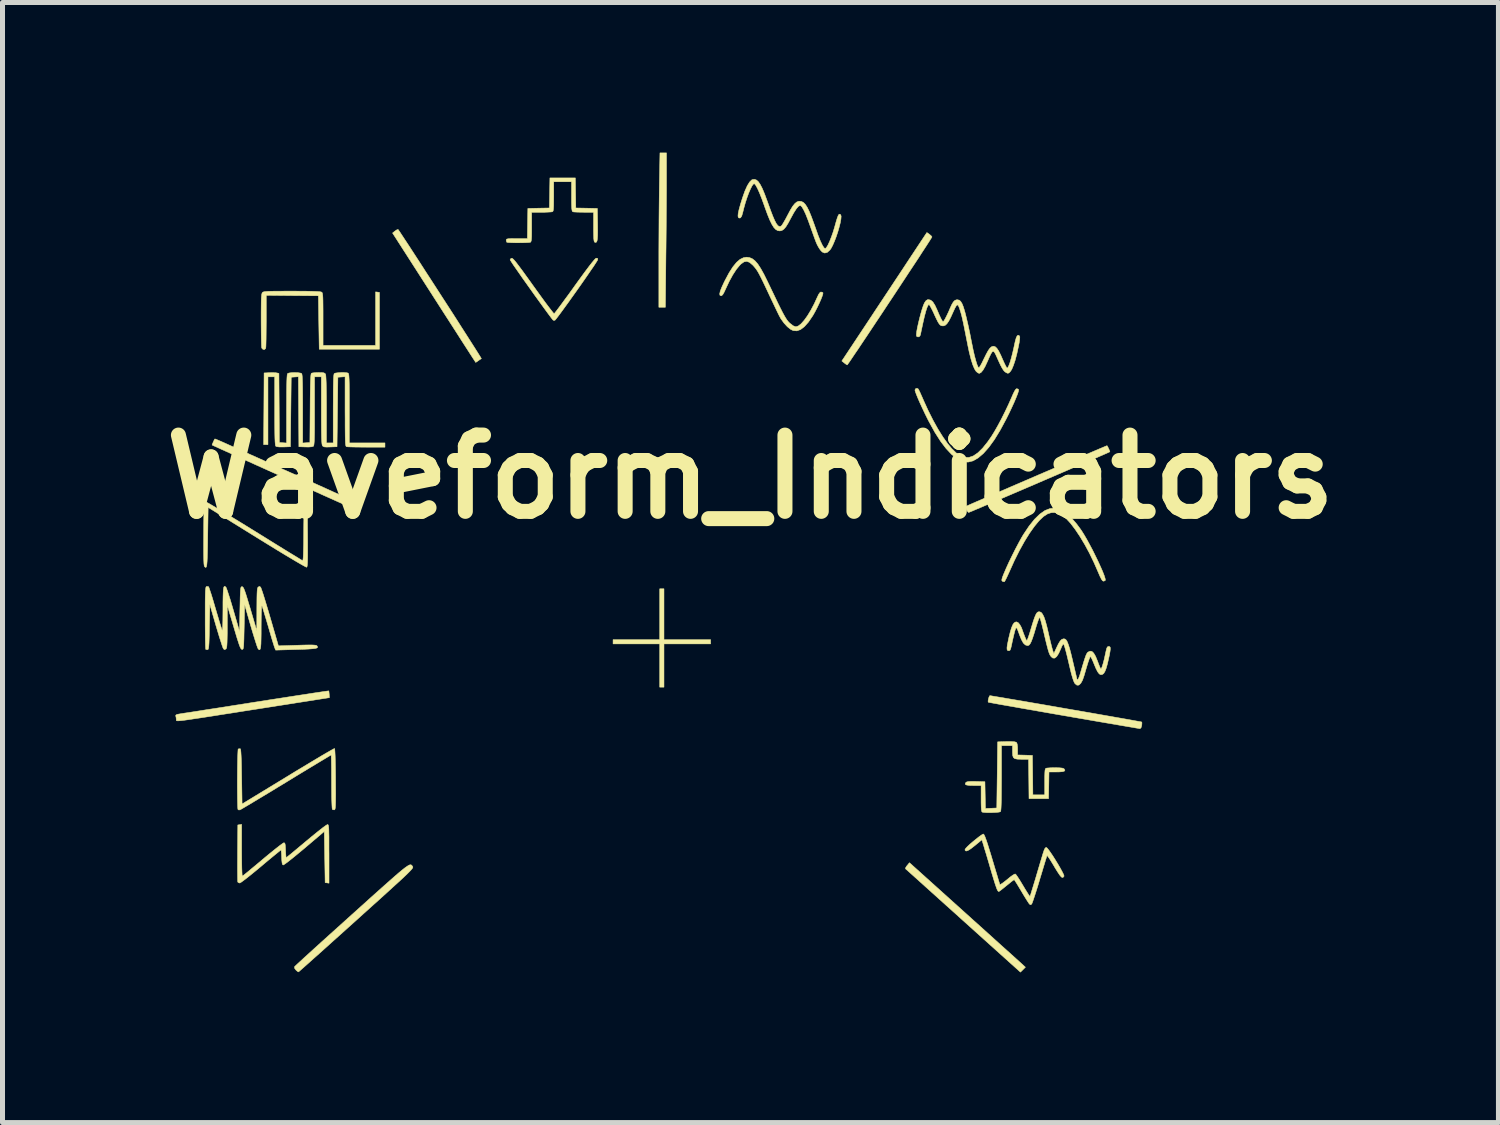
<source format=kicad_pcb>
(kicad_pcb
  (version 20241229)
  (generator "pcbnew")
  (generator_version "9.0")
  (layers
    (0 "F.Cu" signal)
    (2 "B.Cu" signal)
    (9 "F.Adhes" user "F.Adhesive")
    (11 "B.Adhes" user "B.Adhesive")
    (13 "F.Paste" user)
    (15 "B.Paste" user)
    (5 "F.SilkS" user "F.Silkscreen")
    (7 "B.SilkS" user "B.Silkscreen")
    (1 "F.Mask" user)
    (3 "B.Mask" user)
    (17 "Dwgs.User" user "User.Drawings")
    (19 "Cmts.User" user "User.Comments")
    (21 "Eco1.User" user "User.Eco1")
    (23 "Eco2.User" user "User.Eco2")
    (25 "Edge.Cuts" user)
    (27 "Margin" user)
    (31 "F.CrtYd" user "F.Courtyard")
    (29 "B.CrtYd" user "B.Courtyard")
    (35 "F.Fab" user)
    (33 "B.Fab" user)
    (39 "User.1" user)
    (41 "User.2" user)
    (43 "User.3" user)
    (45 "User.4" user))
  (footprint "Waveform_Indicators"
    (layer "F.Cu")
    (at 11.945 6.478)
    (property "Reference" "Waveform_Indicators" (at 0 0 0) (layer "F.SilkS") (effects (font (size 1.524 1.524) (thickness 0.3))))
    (attr through_hole)
    (fp_poly (pts (xy -1.728 3.253) (xy -0.796 3.253) (xy -0.796 3.338) (xy -1.728 3.338) (xy -1.728 4.202) (xy -1.813 4.202) (xy -1.813 3.338) (xy -2.745 3.338) (xy -2.745 3.253) (xy -1.813 3.253) (xy -1.813 2.237) (xy -1.728 2.237) (xy -1.728 3.253)) (stroke (width 0.01) (type solid)) (fill yes) (layer "F.SilkS"))
    (fp_poly (pts (xy -1.678 -5.986) (xy -1.678 -5.877) (xy -1.678 -5.739) (xy -1.679 -5.578) (xy -1.68 -5.397) (xy -1.682 -5.202) (xy -1.683 -4.998) (xy -1.685 -4.79) (xy -1.687 -4.583) (xy -1.689 -4.444) (xy -1.7 -3.389) (xy -1.83 -3.389) (xy -1.83 -4.308) (xy -1.83 -4.508) (xy -1.829 -4.72) (xy -1.828 -4.937) (xy -1.827 -5.152) (xy -1.825 -5.359) (xy -1.823 -5.551) (xy -1.821 -5.722) (xy -1.819 -5.85) (xy -1.808 -6.473) (xy -1.678 -6.473) (xy -1.678 -5.986)) (stroke (width 0.01) (type solid)) (fill yes) (layer "F.SilkS"))
    (fp_poly (pts (xy 4.262 8.686) (xy 4.427 8.835) (xy 4.586 8.978) (xy 4.737 9.114) (xy 4.878 9.241) (xy 5.007 9.358) (xy 5.123 9.462) (xy 5.222 9.551) (xy 5.304 9.625) (xy 5.366 9.681) (xy 5.406 9.717) (xy 5.42 9.73) (xy 5.494 9.798) (xy 5.395 9.897) (xy 4.252 8.869) (xy 4.085 8.718) (xy 3.924 8.574) (xy 3.773 8.438) (xy 3.632 8.311) (xy 3.504 8.196) (xy 3.39 8.093) (xy 3.292 8.005) (xy 3.212 7.933) (xy 3.152 7.879) (xy 3.113 7.845) (xy 3.098 7.831) (xy 3.098 7.831) (xy 3.1 7.812) (xy 3.12 7.779) (xy 3.132 7.765) (xy 3.177 7.71) (xy 4.262 8.686)) (stroke (width 0.01) (type solid)) (fill yes) (layer "F.SilkS"))
    (fp_poly (pts (xy 3.576 -4.846) (xy 3.609 -4.818) (xy 3.626 -4.796) (xy 3.626 -4.793) (xy 3.617 -4.777) (xy 3.591 -4.735) (xy 3.549 -4.669) (xy 3.493 -4.583) (xy 3.425 -4.479) (xy 3.347 -4.358) (xy 3.259 -4.225) (xy 3.163 -4.08) (xy 3.062 -3.926) (xy 2.957 -3.767) (xy 2.849 -3.603) (xy 2.74 -3.439) (xy 2.632 -3.275) (xy 2.525 -3.115) (xy 2.423 -2.961) (xy 2.326 -2.815) (xy 2.236 -2.681) (xy 2.155 -2.559) (xy 2.083 -2.454) (xy 2.024 -2.366) (xy 1.979 -2.299) (xy 1.948 -2.256) (xy 1.934 -2.237) (xy 1.934 -2.237) (xy 1.915 -2.246) (xy 1.882 -2.27) (xy 1.875 -2.276) (xy 1.826 -2.315) (xy 2.28 -3) (xy 2.39 -3.166) (xy 2.51 -3.348) (xy 2.636 -3.538) (xy 2.763 -3.73) (xy 2.887 -3.917) (xy 3.002 -4.091) (xy 3.105 -4.247) (xy 3.129 -4.284) (xy 3.525 -4.882) (xy 3.576 -4.846)) (stroke (width 0.01) (type solid)) (fill yes) (layer "F.SilkS"))
    (fp_poly (pts (xy -7.04 -4.942) (xy -7.03 -4.928) (xy -7.002 -4.887) (xy -6.96 -4.823) (xy -6.904 -4.738) (xy -6.836 -4.635) (xy -6.758 -4.515) (xy -6.671 -4.381) (xy -6.577 -4.236) (xy -6.478 -4.082) (xy -6.374 -3.922) (xy -6.268 -3.758) (xy -6.161 -3.592) (xy -6.054 -3.427) (xy -5.95 -3.266) (xy -5.85 -3.11) (xy -5.756 -2.962) (xy -5.668 -2.825) (xy -5.589 -2.701) (xy -5.52 -2.593) (xy -5.463 -2.503) (xy -5.419 -2.433) (xy -5.39 -2.386) (xy -5.377 -2.364) (xy -5.377 -2.363) (xy -5.391 -2.353) (xy -5.424 -2.331) (xy -5.434 -2.324) (xy -5.489 -2.286) (xy -5.548 -2.376) (xy -5.566 -2.404) (xy -5.601 -2.458) (xy -5.651 -2.536) (xy -5.715 -2.635) (xy -5.792 -2.755) (xy -5.879 -2.891) (xy -5.976 -3.042) (xy -6.081 -3.205) (xy -6.193 -3.379) (xy -6.309 -3.56) (xy -6.379 -3.669) (xy -7.151 -4.872) (xy -7.104 -4.91) (xy -7.069 -4.934) (xy -7.043 -4.943) (xy -7.04 -4.942)) (stroke (width 0.01) (type solid)) (fill yes) (layer "F.SilkS"))
    (fp_poly (pts (xy -8.422 4.295) (xy -8.418 4.335) (xy -8.417 4.347) (xy -8.413 4.412) (xy -9.845 4.637) (xy -10.115 4.679) (xy -10.353 4.717) (xy -10.561 4.749) (xy -10.743 4.778) (xy -10.898 4.802) (xy -11.03 4.822) (xy -11.139 4.838) (xy -11.23 4.852) (xy -11.302 4.862) (xy -11.358 4.869) (xy -11.401 4.873) (xy -11.431 4.875) (xy -11.452 4.875) (xy -11.464 4.873) (xy -11.47 4.87) (xy -11.472 4.865) (xy -11.472 4.859) (xy -11.472 4.853) (xy -11.476 4.809) (xy -11.482 4.785) (xy -11.484 4.767) (xy -11.475 4.755) (xy -11.449 4.745) (xy -11.399 4.736) (xy -11.35 4.728) (xy -11.312 4.722) (xy -11.242 4.712) (xy -11.145 4.697) (xy -11.023 4.678) (xy -10.879 4.655) (xy -10.715 4.63) (xy -10.534 4.602) (xy -10.34 4.571) (xy -10.135 4.539) (xy -9.921 4.505) (xy -9.82 4.49) (xy -9.608 4.456) (xy -9.405 4.425) (xy -9.214 4.395) (xy -9.039 4.368) (xy -8.88 4.344) (xy -8.741 4.322) (xy -8.625 4.305) (xy -8.532 4.291) (xy -8.468 4.282) (xy -8.432 4.277) (xy -8.426 4.277) (xy -8.422 4.295)) (stroke (width 0.01) (type solid)) (fill yes) (layer "F.SilkS"))
    (fp_poly (pts (xy 4.807 4.375) (xy 4.859 4.384) (xy 4.938 4.397) (xy 5.042 4.414) (xy 5.167 4.436) (xy 5.31 4.46) (xy 5.47 4.487) (xy 5.642 4.517) (xy 5.824 4.548) (xy 6.014 4.581) (xy 6.208 4.615) (xy 6.403 4.649) (xy 6.596 4.682) (xy 6.786 4.715) (xy 6.968 4.747) (xy 7.139 4.777) (xy 7.298 4.805) (xy 7.441 4.83) (xy 7.566 4.852) (xy 7.669 4.871) (xy 7.747 4.885) (xy 7.798 4.894) (xy 7.819 4.899) (xy 7.819 4.899) (xy 7.822 4.919) (xy 7.819 4.96) (xy 7.817 4.97) (xy 7.804 5.015) (xy 7.783 5.031) (xy 7.78 5.031) (xy 7.759 5.027) (xy 7.708 5.019) (xy 7.628 5.005) (xy 7.522 4.987) (xy 7.392 4.965) (xy 7.241 4.939) (xy 7.071 4.91) (xy 6.885 4.878) (xy 6.684 4.843) (xy 6.472 4.807) (xy 6.255 4.769) (xy 6.035 4.731) (xy 5.824 4.694) (xy 5.625 4.659) (xy 5.44 4.627) (xy 5.273 4.597) (xy 5.124 4.571) (xy 4.997 4.549) (xy 4.894 4.53) (xy 4.817 4.516) (xy 4.769 4.507) (xy 4.752 4.503) (xy 4.748 4.482) (xy 4.754 4.444) (xy 4.765 4.405) (xy 4.778 4.377) (xy 4.785 4.372) (xy 4.807 4.375)) (stroke (width 0.01) (type solid)) (fill yes) (layer "F.SilkS"))
    (fp_poly (pts (xy 7.139 -0.601) (xy 7.156 -0.566) (xy 7.173 -0.529) (xy 7.181 -0.504) (xy 7.182 -0.501) (xy 7.165 -0.493) (xy 7.119 -0.472) (xy 7.048 -0.441) (xy 6.954 -0.4) (xy 6.839 -0.35) (xy 6.707 -0.293) (xy 6.56 -0.23) (xy 6.4 -0.161) (xy 6.231 -0.088) (xy 6.055 -0.012) (xy 5.875 0.065) (xy 5.693 0.144) (xy 5.513 0.221) (xy 5.336 0.297) (xy 5.165 0.37) (xy 5.004 0.439) (xy 4.855 0.503) (xy 4.721 0.56) (xy 4.604 0.61) (xy 4.506 0.651) (xy 4.432 0.683) (xy 4.382 0.703) (xy 4.361 0.712) (xy 4.36 0.712) (xy 4.343 0.698) (xy 4.321 0.664) (xy 4.317 0.654) (xy 4.3 0.616) (xy 4.302 0.596) (xy 4.323 0.582) (xy 4.335 0.577) (xy 4.374 0.559) (xy 4.44 0.53) (xy 4.529 0.491) (xy 4.639 0.444) (xy 4.767 0.388) (xy 4.91 0.326) (xy 5.067 0.259) (xy 5.233 0.187) (xy 5.407 0.112) (xy 5.586 0.035) (xy 5.766 -0.043) (xy 5.946 -0.12) (xy 6.123 -0.196) (xy 6.294 -0.269) (xy 6.456 -0.339) (xy 6.607 -0.403) (xy 6.744 -0.462) (xy 6.864 -0.513) (xy 6.964 -0.556) (xy 7.043 -0.589) (xy 7.097 -0.612) (xy 7.123 -0.622) (xy 7.125 -0.623) (xy 7.139 -0.601)) (stroke (width 0.01) (type solid)) (fill yes) (layer "F.SilkS"))
    (fp_poly (pts (xy -10.685 -0.753) (xy -10.644 -0.736) (xy -10.581 -0.709) (xy -10.502 -0.674) (xy -10.411 -0.633) (xy -10.411 -0.633) (xy -10.347 -0.604) (xy -10.255 -0.563) (xy -10.139 -0.511) (xy -10.002 -0.449) (xy -9.847 -0.38) (xy -9.679 -0.304) (xy -9.499 -0.223) (xy -9.313 -0.139) (xy -9.122 -0.054) (xy -9.015 -0.006) (xy -8.833 0.076) (xy -8.66 0.154) (xy -8.498 0.227) (xy -8.351 0.294) (xy -8.22 0.353) (xy -8.108 0.404) (xy -8.017 0.445) (xy -7.951 0.475) (xy -7.911 0.494) (xy -7.899 0.5) (xy -7.9 0.519) (xy -7.911 0.553) (xy -7.927 0.59) (xy -7.942 0.615) (xy -7.945 0.617) (xy -7.967 0.616) (xy -8.004 0.603) (xy -8.007 0.602) (xy -8.034 0.59) (xy -8.089 0.566) (xy -8.169 0.53) (xy -8.27 0.485) (xy -8.39 0.431) (xy -8.527 0.37) (xy -8.677 0.302) (xy -8.839 0.23) (xy -9.008 0.153) (xy -9.184 0.074) (xy -9.362 -0.006) (xy -9.54 -0.086) (xy -9.716 -0.165) (xy -9.887 -0.242) (xy -10.051 -0.316) (xy -10.203 -0.385) (xy -10.343 -0.448) (xy -10.467 -0.504) (xy -10.572 -0.551) (xy -10.656 -0.59) (xy -10.717 -0.617) (xy -10.75 -0.633) (xy -10.757 -0.636) (xy -10.753 -0.651) (xy -10.739 -0.684) (xy -10.722 -0.722) (xy -10.706 -0.752) (xy -10.701 -0.758) (xy -10.685 -0.753)) (stroke (width 0.01) (type solid)) (fill yes) (layer "F.SilkS"))
    (fp_poly (pts (xy -6.779 7.754) (xy -6.768 7.762) (xy -6.759 7.773) (xy -6.75 7.788) (xy -6.749 7.789) (xy -6.746 7.796) (xy -6.747 7.805) (xy -6.752 7.817) (xy -6.764 7.834) (xy -6.784 7.857) (xy -6.813 7.888) (xy -6.853 7.928) (xy -6.906 7.979) (xy -6.972 8.041) (xy -7.054 8.116) (xy -7.153 8.206) (xy -7.27 8.313) (xy -7.407 8.437) (xy -7.565 8.579) (xy -7.746 8.742) (xy -7.872 8.856) (xy -8.04 9.007) (xy -8.2 9.151) (xy -8.352 9.287) (xy -8.493 9.414) (xy -8.621 9.529) (xy -8.736 9.631) (xy -8.834 9.719) (xy -8.914 9.79) (xy -8.975 9.844) (xy -9.014 9.878) (xy -9.03 9.892) (xy -9.03 9.892) (xy -9.048 9.884) (xy -9.078 9.858) (xy -9.083 9.853) (xy -9.11 9.816) (xy -9.109 9.789) (xy -9.107 9.785) (xy -9.092 9.771) (xy -9.054 9.735) (xy -8.994 9.68) (xy -8.915 9.607) (xy -8.817 9.518) (xy -8.704 9.415) (xy -8.576 9.299) (xy -8.435 9.172) (xy -8.284 9.036) (xy -8.124 8.892) (xy -7.957 8.741) (xy -7.761 8.565) (xy -7.588 8.409) (xy -7.437 8.274) (xy -7.307 8.158) (xy -7.195 8.059) (xy -7.101 7.976) (xy -7.023 7.909) (xy -6.958 7.855) (xy -6.906 7.814) (xy -6.865 7.785) (xy -6.834 7.765) (xy -6.81 7.754) (xy -6.792 7.751) (xy -6.779 7.754)) (stroke (width 0.01) (type solid)) (fill yes) (layer "F.SilkS"))
    (fp_poly (pts (xy -8.998 -3.71) (xy -8.855 -3.709) (xy -8.74 -3.706) (xy -8.653 -3.703) (xy -8.596 -3.698) (xy -8.573 -3.693) (xy -8.564 -3.687) (xy -8.556 -3.677) (xy -8.551 -3.658) (xy -8.547 -3.629) (xy -8.544 -3.584) (xy -8.542 -3.521) (xy -8.541 -3.435) (xy -8.54 -3.323) (xy -8.54 -3.182) (xy -8.54 -3.151) (xy -8.54 -2.626) (xy -7.49 -2.626) (xy -7.49 -3.696) (xy -7.451 -3.691) (xy -7.413 -3.685) (xy -7.413 -2.55) (xy -8.616 -2.55) (xy -8.625 -3.084) (xy -8.633 -3.618) (xy -9.154 -3.622) (xy -9.675 -3.627) (xy -9.675 -3.111) (xy -9.676 -2.981) (xy -9.677 -2.861) (xy -9.678 -2.756) (xy -9.68 -2.671) (xy -9.682 -2.608) (xy -9.685 -2.573) (xy -9.686 -2.568) (xy -9.708 -2.545) (xy -9.738 -2.546) (xy -9.762 -2.569) (xy -9.766 -2.58) (xy -9.769 -2.606) (xy -9.771 -2.661) (xy -9.773 -2.742) (xy -9.775 -2.842) (xy -9.776 -2.959) (xy -9.777 -3.087) (xy -9.777 -3.138) (xy -9.777 -3.287) (xy -9.776 -3.405) (xy -9.775 -3.497) (xy -9.773 -3.566) (xy -9.769 -3.616) (xy -9.765 -3.649) (xy -9.759 -3.67) (xy -9.752 -3.683) (xy -9.75 -3.684) (xy -9.739 -3.692) (xy -9.721 -3.698) (xy -9.69 -3.702) (xy -9.645 -3.706) (xy -9.582 -3.708) (xy -9.497 -3.71) (xy -9.386 -3.71) (xy -9.247 -3.711) (xy -9.165 -3.711) (xy -8.998 -3.71)) (stroke (width 0.01) (type solid)) (fill yes) (layer "F.SilkS"))
    (fp_poly (pts (xy 3.352 -1.757) (xy 3.365 -1.734) (xy 3.388 -1.687) (xy 3.417 -1.622) (xy 3.451 -1.545) (xy 3.456 -1.533) (xy 3.549 -1.329) (xy 3.647 -1.134) (xy 3.747 -0.954) (xy 3.847 -0.794) (xy 3.944 -0.658) (xy 4.019 -0.568) (xy 4.11 -0.479) (xy 4.198 -0.419) (xy 4.284 -0.389) (xy 4.369 -0.389) (xy 4.455 -0.419) (xy 4.544 -0.48) (xy 4.638 -0.572) (xy 4.738 -0.696) (xy 4.812 -0.802) (xy 4.873 -0.9) (xy 4.942 -1.021) (xy 5.015 -1.157) (xy 5.087 -1.301) (xy 5.155 -1.444) (xy 5.212 -1.572) (xy 5.25 -1.659) (xy 5.279 -1.717) (xy 5.302 -1.75) (xy 5.32 -1.762) (xy 5.322 -1.762) (xy 5.351 -1.752) (xy 5.359 -1.741) (xy 5.356 -1.714) (xy 5.339 -1.66) (xy 5.309 -1.585) (xy 5.27 -1.492) (xy 5.221 -1.385) (xy 5.166 -1.268) (xy 5.108 -1.152) (xy 4.99 -0.933) (xy 4.875 -0.745) (xy 4.763 -0.59) (xy 4.654 -0.467) (xy 4.548 -0.377) (xy 4.447 -0.319) (xy 4.349 -0.295) (xy 4.255 -0.304) (xy 4.234 -0.311) (xy 4.127 -0.365) (xy 4.019 -0.449) (xy 3.91 -0.565) (xy 3.799 -0.711) (xy 3.685 -0.89) (xy 3.568 -1.102) (xy 3.542 -1.152) (xy 3.489 -1.259) (xy 3.438 -1.367) (xy 3.391 -1.469) (xy 3.35 -1.562) (xy 3.318 -1.64) (xy 3.296 -1.699) (xy 3.287 -1.732) (xy 3.287 -1.734) (xy 3.3 -1.761) (xy 3.328 -1.769) (xy 3.352 -1.757)) (stroke (width 0.01) (type solid)) (fill yes) (layer "F.SilkS"))
    (fp_poly (pts (xy -3.056 -4.367) (xy -3.052 -4.342) (xy -3.053 -4.337) (xy -3.064 -4.316) (xy -3.092 -4.272) (xy -3.134 -4.207) (xy -3.19 -4.126) (xy -3.255 -4.031) (xy -3.327 -3.927) (xy -3.404 -3.817) (xy -3.484 -3.704) (xy -3.564 -3.592) (xy -3.641 -3.484) (xy -3.713 -3.385) (xy -3.777 -3.297) (xy -3.831 -3.224) (xy -3.873 -3.169) (xy -3.899 -3.137) (xy -3.907 -3.129) (xy -3.938 -3.129) (xy -3.943 -3.132) (xy -3.958 -3.149) (xy -3.99 -3.19) (xy -4.036 -3.252) (xy -4.094 -3.331) (xy -4.161 -3.423) (xy -4.235 -3.525) (xy -4.314 -3.634) (xy -4.394 -3.747) (xy -4.473 -3.858) (xy -4.55 -3.966) (xy -4.62 -4.067) (xy -4.683 -4.157) (xy -4.735 -4.232) (xy -4.773 -4.29) (xy -4.796 -4.326) (xy -4.802 -4.338) (xy -4.789 -4.36) (xy -4.77 -4.368) (xy -4.757 -4.364) (xy -4.738 -4.348) (xy -4.71 -4.318) (xy -4.672 -4.271) (xy -4.623 -4.206) (xy -4.559 -4.121) (xy -4.481 -4.013) (xy -4.385 -3.88) (xy -4.338 -3.814) (xy -4.251 -3.693) (xy -4.17 -3.581) (xy -4.097 -3.481) (xy -4.033 -3.396) (xy -3.982 -3.33) (xy -3.946 -3.284) (xy -3.926 -3.262) (xy -3.923 -3.26) (xy -3.91 -3.274) (xy -3.879 -3.313) (xy -3.833 -3.374) (xy -3.774 -3.453) (xy -3.704 -3.549) (xy -3.625 -3.656) (xy -3.54 -3.774) (xy -3.512 -3.814) (xy -3.397 -3.973) (xy -3.301 -4.104) (xy -3.223 -4.208) (xy -3.162 -4.286) (xy -3.118 -4.338) (xy -3.091 -4.365) (xy -3.082 -4.369) (xy -3.056 -4.367)) (stroke (width 0.01) (type solid)) (fill yes) (layer "F.SilkS"))
    (fp_poly (pts (xy 6.186 0.647) (xy 6.236 0.669) (xy 6.293 0.708) (xy 6.362 0.769) (xy 6.437 0.848) (xy 6.514 0.937) (xy 6.585 1.032) (xy 6.616 1.076) (xy 6.666 1.156) (xy 6.721 1.25) (xy 6.778 1.355) (xy 6.837 1.466) (xy 6.893 1.58) (xy 6.947 1.691) (xy 6.995 1.796) (xy 7.036 1.889) (xy 7.067 1.968) (xy 7.086 2.027) (xy 7.092 2.062) (xy 7.091 2.068) (xy 7.067 2.082) (xy 7.051 2.084) (xy 7.033 2.074) (xy 7.011 2.041) (xy 6.982 1.983) (xy 6.949 1.906) (xy 6.864 1.712) (xy 6.774 1.526) (xy 6.68 1.352) (xy 6.584 1.192) (xy 6.489 1.05) (xy 6.397 0.929) (xy 6.309 0.833) (xy 6.228 0.763) (xy 6.187 0.738) (xy 6.101 0.712) (xy 6.009 0.716) (xy 5.938 0.739) (xy 5.857 0.791) (xy 5.769 0.874) (xy 5.676 0.986) (xy 5.578 1.124) (xy 5.477 1.286) (xy 5.375 1.47) (xy 5.273 1.674) (xy 5.184 1.872) (xy 5.148 1.951) (xy 5.117 2.018) (xy 5.092 2.067) (xy 5.076 2.093) (xy 5.073 2.096) (xy 5.047 2.092) (xy 5.033 2.085) (xy 5.023 2.073) (xy 5.023 2.051) (xy 5.033 2.013) (xy 5.056 1.952) (xy 5.066 1.929) (xy 5.11 1.826) (xy 5.165 1.705) (xy 5.228 1.576) (xy 5.293 1.446) (xy 5.358 1.323) (xy 5.416 1.217) (xy 5.455 1.152) (xy 5.568 0.983) (xy 5.676 0.848) (xy 5.782 0.745) (xy 5.884 0.673) (xy 5.985 0.634) (xy 6.086 0.625) (xy 6.186 0.647)) (stroke (width 0.01) (type solid)) (fill yes) (layer "F.SilkS"))
    (fp_poly (pts (xy -3.49 -5.372) (xy -3.274 -5.368) (xy -3.059 -5.363) (xy -3.054 -5.043) (xy -3.053 -4.92) (xy -3.054 -4.826) (xy -3.058 -4.76) (xy -3.065 -4.716) (xy -3.076 -4.692) (xy -3.091 -4.684) (xy -3.111 -4.688) (xy -3.12 -4.697) (xy -3.126 -4.72) (xy -3.131 -4.761) (xy -3.133 -4.823) (xy -3.135 -4.913) (xy -3.135 -4.992) (xy -3.135 -5.287) (xy -3.328 -5.287) (xy -3.408 -5.288) (xy -3.477 -5.29) (xy -3.527 -5.293) (xy -3.549 -5.297) (xy -3.558 -5.305) (xy -3.565 -5.323) (xy -3.57 -5.356) (xy -3.573 -5.408) (xy -3.575 -5.485) (xy -3.575 -5.59) (xy -3.575 -5.602) (xy -3.575 -5.897) (xy -3.931 -5.897) (xy -3.931 -5.602) (xy -3.932 -5.494) (xy -3.933 -5.415) (xy -3.936 -5.36) (xy -3.94 -5.325) (xy -3.947 -5.306) (xy -3.957 -5.297) (xy -3.958 -5.297) (xy -3.985 -5.293) (xy -4.038 -5.29) (xy -4.109 -5.287) (xy -4.178 -5.287) (xy -4.372 -5.287) (xy -4.372 -4.992) (xy -4.372 -4.884) (xy -4.373 -4.805) (xy -4.376 -4.75) (xy -4.381 -4.715) (xy -4.388 -4.696) (xy -4.397 -4.687) (xy -4.399 -4.687) (xy -4.426 -4.683) (xy -4.478 -4.68) (xy -4.546 -4.678) (xy -4.623 -4.677) (xy -4.701 -4.677) (xy -4.772 -4.679) (xy -4.829 -4.682) (xy -4.863 -4.686) (xy -4.869 -4.688) (xy -4.878 -4.713) (xy -4.88 -4.73) (xy -4.877 -4.743) (xy -4.866 -4.752) (xy -4.84 -4.757) (xy -4.795 -4.76) (xy -4.724 -4.761) (xy -4.669 -4.761) (xy -4.457 -4.761) (xy -4.453 -5.062) (xy -4.448 -5.363) (xy -4.232 -5.368) (xy -4.017 -5.372) (xy -4.007 -5.973) (xy -3.499 -5.973) (xy -3.49 -5.372)) (stroke (width 0.01) (type solid)) (fill yes) (layer "F.SilkS"))
    (fp_poly (pts (xy 5.278 5.294) (xy 5.312 5.304) (xy 5.314 5.305) (xy 5.329 5.336) (xy 5.337 5.397) (xy 5.338 5.441) (xy 5.338 5.557) (xy 5.486 5.561) (xy 5.634 5.566) (xy 5.639 5.96) (xy 5.643 6.354) (xy 5.88 6.354) (xy 5.88 6.093) (xy 5.88 5.992) (xy 5.882 5.92) (xy 5.885 5.871) (xy 5.891 5.842) (xy 5.899 5.827) (xy 5.907 5.822) (xy 5.935 5.818) (xy 5.988 5.814) (xy 6.056 5.812) (xy 6.091 5.812) (xy 6.173 5.814) (xy 6.228 5.819) (xy 6.259 5.829) (xy 6.269 5.837) (xy 6.283 5.862) (xy 6.272 5.88) (xy 6.235 5.891) (xy 6.168 5.896) (xy 6.116 5.897) (xy 5.965 5.897) (xy 5.961 6.164) (xy 5.956 6.43) (xy 5.566 6.43) (xy 5.562 6.037) (xy 5.557 5.643) (xy 5.414 5.643) (xy 5.335 5.641) (xy 5.283 5.631) (xy 5.254 5.609) (xy 5.24 5.568) (xy 5.236 5.502) (xy 5.236 5.474) (xy 5.236 5.371) (xy 5.016 5.371) (xy 5.016 6.02) (xy 5.015 6.199) (xy 5.014 6.346) (xy 5.013 6.464) (xy 5.01 6.554) (xy 5.007 6.62) (xy 5.003 6.663) (xy 4.998 6.686) (xy 4.995 6.69) (xy 4.971 6.698) (xy 4.923 6.704) (xy 4.859 6.708) (xy 4.788 6.709) (xy 4.721 6.709) (xy 4.665 6.705) (xy 4.631 6.699) (xy 4.63 6.699) (xy 4.621 6.685) (xy 4.615 6.651) (xy 4.611 6.592) (xy 4.609 6.504) (xy 4.609 6.429) (xy 4.609 6.168) (xy 4.457 6.168) (xy 4.373 6.166) (xy 4.319 6.158) (xy 4.294 6.145) (xy 4.294 6.124) (xy 4.305 6.107) (xy 4.322 6.096) (xy 4.353 6.089) (xy 4.404 6.086) (xy 4.482 6.086) (xy 4.506 6.087) (xy 4.685 6.092) (xy 4.69 6.359) (xy 4.695 6.627) (xy 4.808 6.622) (xy 4.922 6.617) (xy 4.931 5.956) (xy 4.939 5.295) (xy 5.115 5.29) (xy 5.212 5.29) (xy 5.278 5.294)) (stroke (width 0.01) (type solid)) (fill yes) (layer "F.SilkS"))
    (fp_poly (pts (xy -8.306 5.446) (xy -8.302 5.498) (xy -8.298 5.58) (xy -8.295 5.693) (xy -8.292 5.835) (xy -8.29 6.005) (xy -8.29 6.038) (xy -8.289 6.199) (xy -8.288 6.328) (xy -8.289 6.431) (xy -8.29 6.509) (xy -8.292 6.566) (xy -8.295 6.606) (xy -8.299 6.632) (xy -8.304 6.646) (xy -8.311 6.653) (xy -8.313 6.654) (xy -8.344 6.651) (xy -8.355 6.641) (xy -8.359 6.618) (xy -8.362 6.566) (xy -8.365 6.489) (xy -8.368 6.391) (xy -8.369 6.276) (xy -8.37 6.149) (xy -8.37 6.087) (xy -8.371 5.957) (xy -8.371 5.839) (xy -8.373 5.736) (xy -8.374 5.653) (xy -8.376 5.593) (xy -8.377 5.562) (xy -8.378 5.558) (xy -8.394 5.566) (xy -8.436 5.591) (xy -8.502 5.631) (xy -8.589 5.683) (xy -8.695 5.747) (xy -8.818 5.821) (xy -8.955 5.904) (xy -9.103 5.994) (xy -9.26 6.09) (xy -9.281 6.103) (xy -9.44 6.199) (xy -9.59 6.291) (xy -9.73 6.375) (xy -9.857 6.451) (xy -9.967 6.518) (xy -10.06 6.573) (xy -10.131 6.615) (xy -10.179 6.643) (xy -10.2 6.654) (xy -10.201 6.654) (xy -10.231 6.654) (xy -10.239 6.649) (xy -10.243 6.629) (xy -10.246 6.58) (xy -10.248 6.507) (xy -10.25 6.415) (xy -10.251 6.308) (xy -10.252 6.19) (xy -10.252 6.067) (xy -10.251 5.943) (xy -10.25 5.823) (xy -10.248 5.712) (xy -10.246 5.613) (xy -10.243 5.532) (xy -10.24 5.473) (xy -10.237 5.441) (xy -10.235 5.437) (xy -10.202 5.433) (xy -10.196 5.432) (xy -10.19 5.439) (xy -10.185 5.463) (xy -10.181 5.506) (xy -10.177 5.572) (xy -10.173 5.662) (xy -10.17 5.78) (xy -10.168 5.928) (xy -10.167 5.984) (xy -10.158 6.537) (xy -9.243 5.98) (xy -9.083 5.882) (xy -8.931 5.791) (xy -8.79 5.706) (xy -8.663 5.63) (xy -8.551 5.563) (xy -8.458 5.509) (xy -8.385 5.467) (xy -8.336 5.44) (xy -8.313 5.428) (xy -8.311 5.428) (xy -8.306 5.446)) (stroke (width 0.01) (type solid)) (fill yes) (layer "F.SilkS"))
    (fp_poly (pts (xy -0.018 -4.381) (xy 0.037 -4.358) (xy 0.091 -4.316) (xy 0.147 -4.252) (xy 0.205 -4.163) (xy 0.269 -4.048) (xy 0.341 -3.903) (xy 0.342 -3.901) (xy 0.425 -3.728) (xy 0.495 -3.582) (xy 0.553 -3.461) (xy 0.602 -3.363) (xy 0.642 -3.284) (xy 0.676 -3.222) (xy 0.704 -3.174) (xy 0.728 -3.137) (xy 0.75 -3.108) (xy 0.771 -3.085) (xy 0.787 -3.07) (xy 0.852 -3.019) (xy 0.904 -2.999) (xy 0.91 -2.999) (xy 0.957 -3.015) (xy 1.013 -3.059) (xy 1.075 -3.129) (xy 1.141 -3.221) (xy 1.208 -3.332) (xy 1.275 -3.458) (xy 1.331 -3.58) (xy 1.364 -3.649) (xy 1.392 -3.686) (xy 1.409 -3.694) (xy 1.44 -3.685) (xy 1.449 -3.677) (xy 1.447 -3.653) (xy 1.432 -3.606) (xy 1.407 -3.542) (xy 1.373 -3.466) (xy 1.335 -3.386) (xy 1.294 -3.306) (xy 1.254 -3.235) (xy 1.243 -3.217) (xy 1.159 -3.093) (xy 1.078 -3.002) (xy 1.001 -2.943) (xy 0.927 -2.917) (xy 0.854 -2.923) (xy 0.805 -2.946) (xy 0.739 -2.998) (xy 0.671 -3.072) (xy 0.609 -3.158) (xy 0.582 -3.206) (xy 0.561 -3.247) (xy 0.529 -3.313) (xy 0.488 -3.399) (xy 0.441 -3.498) (xy 0.39 -3.605) (xy 0.363 -3.663) (xy 0.3 -3.797) (xy 0.249 -3.904) (xy 0.207 -3.988) (xy 0.173 -4.054) (xy 0.144 -4.105) (xy 0.117 -4.146) (xy 0.091 -4.18) (xy 0.063 -4.213) (xy 0.045 -4.232) (xy -0.017 -4.285) (xy -0.073 -4.306) (xy -0.128 -4.296) (xy -0.188 -4.254) (xy -0.213 -4.229) (xy -0.281 -4.147) (xy -0.352 -4.038) (xy -0.423 -3.909) (xy -0.49 -3.767) (xy -0.492 -3.762) (xy -0.526 -3.689) (xy -0.552 -3.643) (xy -0.574 -3.621) (xy -0.587 -3.618) (xy -0.609 -3.627) (xy -0.615 -3.656) (xy -0.604 -3.708) (xy -0.575 -3.783) (xy -0.529 -3.883) (xy -0.509 -3.923) (xy -0.428 -4.075) (xy -0.351 -4.195) (xy -0.278 -4.285) (xy -0.207 -4.346) (xy -0.136 -4.38) (xy -0.077 -4.389) (xy -0.018 -4.381)) (stroke (width 0.01) (type solid)) (fill yes) (layer "F.SilkS"))
    (fp_poly (pts (xy -10.875 0.503) (xy -10.83 0.527) (xy -10.761 0.567) (xy -10.671 0.62) (xy -10.562 0.685) (xy -10.436 0.76) (xy -10.297 0.845) (xy -10.146 0.937) (xy -9.986 1.036) (xy -9.919 1.077) (xy -9.756 1.178) (xy -9.602 1.274) (xy -9.458 1.363) (xy -9.327 1.444) (xy -9.212 1.515) (xy -9.114 1.574) (xy -9.037 1.621) (xy -8.984 1.654) (xy -8.955 1.671) (xy -8.951 1.673) (xy -8.945 1.668) (xy -8.94 1.647) (xy -8.936 1.607) (xy -8.933 1.545) (xy -8.931 1.459) (xy -8.928 1.347) (xy -8.927 1.204) (xy -8.926 1.09) (xy -8.925 0.934) (xy -8.923 0.807) (xy -8.922 0.708) (xy -8.92 0.633) (xy -8.917 0.579) (xy -8.914 0.541) (xy -8.91 0.518) (xy -8.904 0.506) (xy -8.896 0.501) (xy -8.887 0.5) (xy -8.887 0.5) (xy -8.879 0.501) (xy -8.872 0.505) (xy -8.866 0.517) (xy -8.862 0.539) (xy -8.858 0.574) (xy -8.856 0.626) (xy -8.854 0.698) (xy -8.852 0.792) (xy -8.851 0.912) (xy -8.85 1.061) (xy -8.849 1.148) (xy -8.848 1.318) (xy -8.848 1.456) (xy -8.848 1.566) (xy -8.849 1.652) (xy -8.851 1.715) (xy -8.854 1.759) (xy -8.858 1.787) (xy -8.864 1.802) (xy -8.868 1.806) (xy -8.886 1.799) (xy -8.93 1.775) (xy -8.999 1.736) (xy -9.088 1.684) (xy -9.197 1.619) (xy -9.323 1.544) (xy -9.463 1.459) (xy -9.614 1.366) (xy -9.775 1.267) (xy -9.864 1.212) (xy -10.836 0.61) (xy -10.845 1.206) (xy -10.847 1.371) (xy -10.85 1.506) (xy -10.853 1.611) (xy -10.857 1.692) (xy -10.862 1.749) (xy -10.868 1.786) (xy -10.876 1.805) (xy -10.886 1.81) (xy -10.898 1.803) (xy -10.91 1.79) (xy -10.915 1.773) (xy -10.92 1.735) (xy -10.923 1.673) (xy -10.925 1.586) (xy -10.926 1.472) (xy -10.926 1.328) (xy -10.925 1.152) (xy -10.925 1.134) (xy -10.924 0.969) (xy -10.923 0.835) (xy -10.921 0.729) (xy -10.919 0.648) (xy -10.916 0.587) (xy -10.913 0.545) (xy -10.908 0.518) (xy -10.903 0.503) (xy -10.896 0.496) (xy -10.894 0.495) (xy -10.875 0.503)) (stroke (width 0.01) (type solid)) (fill yes) (layer "F.SilkS"))
    (fp_poly (pts (xy -10.167 7.464) (xy -10.166 7.6) (xy -10.165 7.721) (xy -10.163 7.822) (xy -10.16 7.901) (xy -10.157 7.954) (xy -10.153 7.977) (xy -10.152 7.978) (xy -10.135 7.966) (xy -10.096 7.935) (xy -10.038 7.888) (xy -9.964 7.826) (xy -9.877 7.754) (xy -9.781 7.674) (xy -9.744 7.642) (xy -9.644 7.559) (xy -9.552 7.484) (xy -9.471 7.419) (xy -9.404 7.367) (xy -9.355 7.331) (xy -9.327 7.313) (xy -9.322 7.312) (xy -9.308 7.316) (xy -9.299 7.335) (xy -9.294 7.374) (xy -9.29 7.438) (xy -9.289 7.46) (xy -9.286 7.526) (xy -9.282 7.577) (xy -9.278 7.605) (xy -9.276 7.608) (xy -9.261 7.598) (xy -9.224 7.568) (xy -9.167 7.522) (xy -9.095 7.462) (xy -9.009 7.39) (xy -8.913 7.31) (xy -8.875 7.278) (xy -8.775 7.195) (xy -8.683 7.12) (xy -8.602 7.055) (xy -8.535 7.003) (xy -8.485 6.967) (xy -8.456 6.949) (xy -8.452 6.947) (xy -8.444 6.949) (xy -8.437 6.956) (xy -8.432 6.972) (xy -8.428 7.001) (xy -8.425 7.045) (xy -8.424 7.107) (xy -8.422 7.192) (xy -8.422 7.302) (xy -8.422 7.441) (xy -8.421 7.533) (xy -8.421 8.119) (xy -8.46 8.113) (xy -8.498 8.108) (xy -8.515 7.085) (xy -8.913 7.423) (xy -9.013 7.506) (xy -9.105 7.582) (xy -9.186 7.647) (xy -9.253 7.7) (xy -9.303 7.736) (xy -9.331 7.754) (xy -9.336 7.756) (xy -9.35 7.746) (xy -9.358 7.719) (xy -9.364 7.668) (xy -9.367 7.604) (xy -9.37 7.538) (xy -9.374 7.487) (xy -9.379 7.459) (xy -9.38 7.456) (xy -9.395 7.466) (xy -9.432 7.496) (xy -9.489 7.542) (xy -9.562 7.602) (xy -9.648 7.673) (xy -9.743 7.753) (xy -9.782 7.786) (xy -9.882 7.869) (xy -9.974 7.944) (xy -10.055 8.009) (xy -10.123 8.061) (xy -10.172 8.097) (xy -10.201 8.115) (xy -10.205 8.116) (xy -10.235 8.106) (xy -10.244 8.095) (xy -10.246 8.074) (xy -10.247 8.022) (xy -10.248 7.945) (xy -10.249 7.847) (xy -10.249 7.732) (xy -10.248 7.603) (xy -10.248 7.515) (xy -10.243 6.956) (xy -10.205 6.95) (xy -10.167 6.945) (xy -10.167 7.464)) (stroke (width 0.01) (type solid)) (fill yes) (layer "F.SilkS"))
    (fp_poly (pts (xy 0.121 -5.93) (xy 0.158 -5.897) (xy 0.195 -5.842) (xy 0.236 -5.763) (xy 0.281 -5.656) (xy 0.331 -5.521) (xy 0.348 -5.475) (xy 0.401 -5.328) (xy 0.446 -5.211) (xy 0.484 -5.123) (xy 0.517 -5.06) (xy 0.547 -5.021) (xy 0.573 -5.003) (xy 0.599 -5.003) (xy 0.618 -5.015) (xy 0.636 -5.038) (xy 0.665 -5.086) (xy 0.701 -5.149) (xy 0.739 -5.221) (xy 0.796 -5.328) (xy 0.844 -5.407) (xy 0.887 -5.46) (xy 0.926 -5.492) (xy 0.965 -5.506) (xy 0.982 -5.507) (xy 1.022 -5.501) (xy 1.06 -5.481) (xy 1.096 -5.444) (xy 1.133 -5.387) (xy 1.173 -5.307) (xy 1.216 -5.202) (xy 1.265 -5.069) (xy 1.297 -4.98) (xy 1.35 -4.83) (xy 1.396 -4.714) (xy 1.436 -4.63) (xy 1.468 -4.579) (xy 1.492 -4.561) (xy 1.497 -4.562) (xy 1.519 -4.583) (xy 1.548 -4.631) (xy 1.581 -4.702) (xy 1.616 -4.79) (xy 1.651 -4.889) (xy 1.683 -4.994) (xy 1.686 -5.006) (xy 1.714 -5.106) (xy 1.736 -5.177) (xy 1.754 -5.222) (xy 1.769 -5.245) (xy 1.784 -5.249) (xy 1.801 -5.238) (xy 1.804 -5.235) (xy 1.812 -5.206) (xy 1.808 -5.151) (xy 1.795 -5.077) (xy 1.773 -4.99) (xy 1.746 -4.896) (xy 1.714 -4.8) (xy 1.679 -4.709) (xy 1.644 -4.628) (xy 1.61 -4.564) (xy 1.587 -4.532) (xy 1.535 -4.485) (xy 1.484 -4.472) (xy 1.434 -4.493) (xy 1.401 -4.528) (xy 1.376 -4.563) (xy 1.355 -4.598) (xy 1.333 -4.639) (xy 1.31 -4.692) (xy 1.284 -4.761) (xy 1.251 -4.852) (xy 1.209 -4.969) (xy 1.206 -4.978) (xy 1.151 -5.13) (xy 1.104 -5.249) (xy 1.063 -5.336) (xy 1.029 -5.393) (xy 1.002 -5.42) (xy 0.992 -5.422) (xy 0.959 -5.406) (xy 0.917 -5.357) (xy 0.865 -5.276) (xy 0.805 -5.166) (xy 0.752 -5.067) (xy 0.707 -4.995) (xy 0.667 -4.949) (xy 0.629 -4.923) (xy 0.59 -4.914) (xy 0.585 -4.914) (xy 0.543 -4.921) (xy 0.504 -4.944) (xy 0.466 -4.985) (xy 0.427 -5.048) (xy 0.385 -5.134) (xy 0.339 -5.247) (xy 0.287 -5.39) (xy 0.273 -5.431) (xy 0.224 -5.565) (xy 0.18 -5.676) (xy 0.14 -5.764) (xy 0.107 -5.824) (xy 0.081 -5.855) (xy 0.075 -5.858) (xy 0.055 -5.847) (xy 0.029 -5.809) (xy -0.002 -5.747) (xy -0.036 -5.668) (xy -0.07 -5.575) (xy -0.103 -5.474) (xy -0.132 -5.369) (xy -0.154 -5.281) (xy -0.174 -5.212) (xy -0.199 -5.175) (xy -0.226 -5.171) (xy -0.241 -5.182) (xy -0.249 -5.209) (xy -0.245 -5.262) (xy -0.228 -5.341) (xy -0.198 -5.45) (xy -0.159 -5.575) (xy -0.111 -5.71) (xy -0.064 -5.815) (xy -0.018 -5.89) (xy 0.025 -5.933) (xy 0.045 -5.941) (xy 0.084 -5.944) (xy 0.121 -5.93)) (stroke (width 0.01) (type solid)) (fill yes) (layer "F.SilkS"))
    (fp_poly (pts (xy 4.667 7.15) (xy 4.684 7.185) (xy 4.707 7.246) (xy 4.737 7.334) (xy 4.773 7.45) (xy 4.818 7.596) (xy 4.829 7.634) (xy 4.866 7.757) (xy 4.9 7.871) (xy 4.93 7.97) (xy 4.954 8.051) (xy 4.972 8.109) (xy 4.981 8.141) (xy 4.983 8.145) (xy 4.998 8.143) (xy 5.033 8.121) (xy 5.084 8.083) (xy 5.13 8.046) (xy 5.189 7.997) (xy 5.24 7.96) (xy 5.277 7.939) (xy 5.292 7.935) (xy 5.309 7.952) (xy 5.338 7.993) (xy 5.377 8.053) (xy 5.422 8.127) (xy 5.446 8.167) (xy 5.492 8.244) (xy 5.532 8.308) (xy 5.562 8.355) (xy 5.581 8.38) (xy 5.585 8.383) (xy 5.589 8.373) (xy 5.599 8.346) (xy 5.613 8.299) (xy 5.634 8.231) (xy 5.662 8.14) (xy 5.697 8.025) (xy 5.739 7.882) (xy 5.79 7.71) (xy 5.845 7.528) (xy 5.867 7.461) (xy 5.885 7.423) (xy 5.903 7.406) (xy 5.912 7.405) (xy 5.93 7.419) (xy 5.961 7.457) (xy 6.001 7.514) (xy 6.048 7.584) (xy 6.097 7.662) (xy 6.146 7.742) (xy 6.19 7.818) (xy 6.227 7.886) (xy 6.254 7.94) (xy 6.266 7.973) (xy 6.266 7.979) (xy 6.247 8.002) (xy 6.23 8.006) (xy 6.21 7.993) (xy 6.177 7.954) (xy 6.132 7.886) (xy 6.073 7.79) (xy 6.068 7.78) (xy 6.022 7.704) (xy 5.982 7.64) (xy 5.95 7.594) (xy 5.931 7.57) (xy 5.926 7.568) (xy 5.919 7.588) (xy 5.904 7.635) (xy 5.882 7.707) (xy 5.854 7.799) (xy 5.822 7.906) (xy 5.786 8.024) (xy 5.779 8.049) (xy 5.743 8.169) (xy 5.708 8.28) (xy 5.677 8.376) (xy 5.651 8.454) (xy 5.632 8.508) (xy 5.62 8.535) (xy 5.619 8.537) (xy 5.596 8.551) (xy 5.574 8.536) (xy 5.573 8.535) (xy 5.557 8.512) (xy 5.527 8.466) (xy 5.487 8.402) (xy 5.441 8.326) (xy 5.414 8.28) (xy 5.367 8.202) (xy 5.326 8.134) (xy 5.294 8.084) (xy 5.274 8.054) (xy 5.269 8.049) (xy 5.254 8.059) (xy 5.217 8.086) (xy 5.167 8.127) (xy 5.117 8.167) (xy 5.058 8.215) (xy 5.009 8.254) (xy 4.975 8.279) (xy 4.963 8.286) (xy 4.952 8.282) (xy 4.94 8.267) (xy 4.926 8.239) (xy 4.909 8.193) (xy 4.886 8.126) (xy 4.858 8.035) (xy 4.822 7.916) (xy 4.804 7.854) (xy 4.77 7.737) (xy 4.737 7.625) (xy 4.707 7.524) (xy 4.681 7.44) (xy 4.663 7.378) (xy 4.657 7.358) (xy 4.624 7.252) (xy 4.481 7.37) (xy 4.403 7.431) (xy 4.346 7.466) (xy 4.309 7.477) (xy 4.29 7.465) (xy 4.287 7.446) (xy 4.3 7.426) (xy 4.333 7.39) (xy 4.382 7.344) (xy 4.44 7.294) (xy 4.502 7.243) (xy 4.56 7.197) (xy 4.61 7.161) (xy 4.644 7.14) (xy 4.656 7.137) (xy 4.667 7.15)) (stroke (width 0.01) (type solid)) (fill yes) (layer "F.SilkS"))
    (fp_poly (pts (xy -9.039 -2.081) (xy -8.989 -2.073) (xy -8.967 -2.064) (xy -8.962 -2.049) (xy -8.957 -2.015) (xy -8.954 -1.96) (xy -8.951 -1.881) (xy -8.949 -1.776) (xy -8.948 -1.644) (xy -8.947 -1.481) (xy -8.947 -1.36) (xy -8.947 -0.676) (xy -8.875 -0.681) (xy -8.803 -0.686) (xy -8.798 -1.372) (xy -8.797 -1.552) (xy -8.795 -1.702) (xy -8.793 -1.822) (xy -8.79 -1.915) (xy -8.787 -1.985) (xy -8.783 -2.032) (xy -8.778 -2.06) (xy -8.773 -2.07) (xy -8.746 -2.077) (xy -8.696 -2.082) (xy -8.634 -2.084) (xy -8.63 -2.084) (xy -8.564 -2.083) (xy -8.524 -2.078) (xy -8.501 -2.066) (xy -8.49 -2.051) (xy -8.485 -2.025) (xy -8.481 -1.966) (xy -8.477 -1.875) (xy -8.475 -1.754) (xy -8.473 -1.604) (xy -8.472 -1.427) (xy -8.472 -1.348) (xy -8.472 -0.678) (xy -8.337 -0.678) (xy -8.337 -1.361) (xy -8.336 -1.544) (xy -8.336 -1.696) (xy -8.334 -1.818) (xy -8.332 -1.913) (xy -8.329 -1.983) (xy -8.325 -2.03) (xy -8.32 -2.057) (xy -8.316 -2.064) (xy -8.29 -2.074) (xy -8.241 -2.08) (xy -8.18 -2.084) (xy -8.118 -2.084) (xy -8.067 -2.08) (xy -8.042 -2.074) (xy -8.035 -2.068) (xy -8.029 -2.056) (xy -8.025 -2.032) (xy -8.022 -1.996) (xy -8.019 -1.943) (xy -8.017 -1.87) (xy -8.016 -1.775) (xy -8.015 -1.655) (xy -8.015 -1.506) (xy -8.015 -1.371) (xy -8.015 -0.678) (xy -7.303 -0.678) (xy -7.303 -0.593) (xy -7.675 -0.593) (xy -7.785 -0.594) (xy -7.884 -0.595) (xy -7.968 -0.597) (xy -8.031 -0.599) (xy -8.067 -0.602) (xy -8.073 -0.603) (xy -8.079 -0.609) (xy -8.085 -0.622) (xy -8.089 -0.645) (xy -8.093 -0.681) (xy -8.095 -0.734) (xy -8.097 -0.807) (xy -8.098 -0.902) (xy -8.099 -1.022) (xy -8.099 -1.171) (xy -8.1 -1.308) (xy -8.1 -2.001) (xy -8.172 -1.996) (xy -8.244 -1.991) (xy -8.252 -1.296) (xy -8.261 -0.602) (xy -8.396 -0.597) (xy -8.466 -0.595) (xy -8.511 -0.598) (xy -8.537 -0.607) (xy -8.552 -0.621) (xy -8.558 -0.637) (xy -8.563 -0.668) (xy -8.567 -0.718) (xy -8.57 -0.789) (xy -8.572 -0.884) (xy -8.573 -1.005) (xy -8.574 -1.155) (xy -8.574 -1.325) (xy -8.574 -1.999) (xy -8.71 -1.999) (xy -8.71 -1.315) (xy -8.71 -1.14) (xy -8.71 -0.997) (xy -8.711 -0.881) (xy -8.713 -0.79) (xy -8.715 -0.721) (xy -8.719 -0.672) (xy -8.723 -0.639) (xy -8.728 -0.62) (xy -8.733 -0.611) (xy -8.765 -0.601) (xy -8.826 -0.596) (xy -8.89 -0.597) (xy -9.023 -0.602) (xy -9.032 -2.001) (xy -9.176 -1.991) (xy -9.184 -1.296) (xy -9.192 -0.602) (xy -9.328 -0.597) (xy -9.414 -0.597) (xy -9.467 -0.604) (xy -9.485 -0.613) (xy -9.491 -0.627) (xy -9.495 -0.657) (xy -9.499 -0.708) (xy -9.502 -0.78) (xy -9.504 -0.877) (xy -9.505 -1.001) (xy -9.506 -1.154) (xy -9.506 -1.317) (xy -9.506 -1.999) (xy -9.641 -1.999) (xy -9.641 -0.644) (xy -9.727 -0.644) (xy -9.722 -1.36) (xy -9.718 -2.076) (xy -9.608 -2.081) (xy -9.544 -2.082) (xy -9.489 -2.08) (xy -9.46 -2.076) (xy -9.422 -2.067) (xy -9.417 -1.376) (xy -9.413 -0.686) (xy -9.341 -0.681) (xy -9.269 -0.676) (xy -9.269 -1.36) (xy -9.268 -1.543) (xy -9.268 -1.695) (xy -9.266 -1.817) (xy -9.264 -1.912) (xy -9.261 -1.982) (xy -9.257 -2.03) (xy -9.252 -2.057) (xy -9.248 -2.064) (xy -9.22 -2.075) (xy -9.167 -2.082) (xy -9.108 -2.084) (xy -9.039 -2.081)) (stroke (width 0.01) (type solid)) (fill yes) (layer "F.SilkS"))
    (fp_poly (pts (xy 3.603 -3.53) (xy 3.645 -3.494) (xy 3.686 -3.429) (xy 3.725 -3.346) (xy 3.77 -3.241) (xy 3.805 -3.166) (xy 3.83 -3.12) (xy 3.847 -3.102) (xy 3.849 -3.101) (xy 3.865 -3.116) (xy 3.89 -3.157) (xy 3.922 -3.22) (xy 3.959 -3.298) (xy 3.983 -3.355) (xy 4.021 -3.439) (xy 4.054 -3.495) (xy 4.085 -3.526) (xy 4.119 -3.538) (xy 4.139 -3.538) (xy 4.175 -3.529) (xy 4.202 -3.504) (xy 4.23 -3.457) (xy 4.253 -3.399) (xy 4.281 -3.31) (xy 4.311 -3.192) (xy 4.345 -3.048) (xy 4.381 -2.881) (xy 4.418 -2.692) (xy 4.422 -2.673) (xy 4.449 -2.54) (xy 4.476 -2.421) (xy 4.503 -2.321) (xy 4.527 -2.244) (xy 4.549 -2.194) (xy 4.559 -2.179) (xy 4.572 -2.187) (xy 4.596 -2.222) (xy 4.628 -2.281) (xy 4.66 -2.348) (xy 4.71 -2.449) (xy 4.75 -2.522) (xy 4.785 -2.571) (xy 4.817 -2.599) (xy 4.849 -2.609) (xy 4.857 -2.609) (xy 4.89 -2.6) (xy 4.923 -2.57) (xy 4.959 -2.516) (xy 5 -2.435) (xy 5.04 -2.344) (xy 5.071 -2.275) (xy 5.098 -2.22) (xy 5.119 -2.183) (xy 5.129 -2.173) (xy 5.144 -2.185) (xy 5.164 -2.226) (xy 5.188 -2.291) (xy 5.213 -2.377) (xy 5.239 -2.478) (xy 5.265 -2.591) (xy 5.272 -2.625) (xy 5.293 -2.72) (xy 5.312 -2.784) (xy 5.331 -2.82) (xy 5.352 -2.83) (xy 5.374 -2.817) (xy 5.375 -2.816) (xy 5.382 -2.795) (xy 5.38 -2.752) (xy 5.37 -2.682) (xy 5.355 -2.606) (xy 5.323 -2.458) (xy 5.289 -2.329) (xy 5.254 -2.225) (xy 5.221 -2.147) (xy 5.194 -2.106) (xy 5.165 -2.076) (xy 5.142 -2.069) (xy 5.112 -2.081) (xy 5.106 -2.085) (xy 5.081 -2.102) (xy 5.056 -2.13) (xy 5.029 -2.172) (xy 4.996 -2.234) (xy 4.956 -2.32) (xy 4.922 -2.396) (xy 4.894 -2.457) (xy 4.871 -2.495) (xy 4.85 -2.509) (xy 4.829 -2.495) (xy 4.803 -2.455) (xy 4.77 -2.385) (xy 4.741 -2.318) (xy 4.69 -2.208) (xy 4.646 -2.131) (xy 4.606 -2.084) (xy 4.572 -2.067) (xy 4.57 -2.067) (xy 4.543 -2.079) (xy 4.51 -2.106) (xy 4.509 -2.107) (xy 4.476 -2.159) (xy 4.441 -2.242) (xy 4.406 -2.355) (xy 4.371 -2.494) (xy 4.346 -2.613) (xy 4.315 -2.769) (xy 4.29 -2.895) (xy 4.27 -2.997) (xy 4.253 -3.078) (xy 4.239 -3.142) (xy 4.227 -3.194) (xy 4.216 -3.238) (xy 4.205 -3.277) (xy 4.202 -3.288) (xy 4.176 -3.37) (xy 4.155 -3.419) (xy 4.136 -3.437) (xy 4.115 -3.422) (xy 4.088 -3.376) (xy 4.052 -3.298) (xy 4.05 -3.294) (xy 4.002 -3.188) (xy 3.961 -3.11) (xy 3.925 -3.059) (xy 3.891 -3.028) (xy 3.857 -3.017) (xy 3.848 -3.016) (xy 3.82 -3.019) (xy 3.796 -3.029) (xy 3.774 -3.052) (xy 3.748 -3.092) (xy 3.717 -3.153) (xy 3.676 -3.24) (xy 3.669 -3.257) (xy 3.635 -3.329) (xy 3.604 -3.388) (xy 3.581 -3.428) (xy 3.567 -3.444) (xy 3.567 -3.444) (xy 3.55 -3.429) (xy 3.529 -3.385) (xy 3.505 -3.312) (xy 3.477 -3.208) (xy 3.446 -3.072) (xy 3.41 -2.904) (xy 3.396 -2.834) (xy 3.379 -2.806) (xy 3.35 -2.795) (xy 3.324 -2.805) (xy 3.317 -2.817) (xy 3.316 -2.85) (xy 3.323 -2.909) (xy 3.337 -2.986) (xy 3.357 -3.076) (xy 3.38 -3.171) (xy 3.405 -3.265) (xy 3.43 -3.351) (xy 3.454 -3.422) (xy 3.475 -3.472) (xy 3.478 -3.477) (xy 3.508 -3.521) (xy 3.54 -3.54) (xy 3.559 -3.541) (xy 3.603 -3.53)) (stroke (width 0.01) (type solid)) (fill yes) (layer "F.SilkS"))
    (fp_poly (pts (xy -10.487 2.199) (xy -10.48 2.205) (xy -10.47 2.227) (xy -10.452 2.277) (xy -10.428 2.351) (xy -10.398 2.443) (xy -10.366 2.55) (xy -10.334 2.659) (xy -10.209 3.09) (xy -10.201 2.642) (xy -10.198 2.508) (xy -10.196 2.403) (xy -10.193 2.325) (xy -10.19 2.269) (xy -10.186 2.232) (xy -10.181 2.21) (xy -10.174 2.199) (xy -10.165 2.195) (xy -10.159 2.194) (xy -10.147 2.198) (xy -10.136 2.21) (xy -10.122 2.235) (xy -10.106 2.276) (xy -10.085 2.336) (xy -10.059 2.42) (xy -10.026 2.53) (xy -9.994 2.635) (xy -9.864 3.075) (xy -9.863 2.65) (xy -9.862 2.516) (xy -9.861 2.412) (xy -9.859 2.334) (xy -9.856 2.278) (xy -9.852 2.241) (xy -9.846 2.217) (xy -9.838 2.204) (xy -9.836 2.202) (xy -9.81 2.189) (xy -9.787 2.204) (xy -9.778 2.226) (xy -9.76 2.276) (xy -9.735 2.351) (xy -9.705 2.447) (xy -9.671 2.56) (xy -9.633 2.686) (xy -9.599 2.802) (xy -9.432 3.377) (xy -9.057 3.365) (xy -8.93 3.361) (xy -8.833 3.359) (xy -8.763 3.359) (xy -8.714 3.362) (xy -8.683 3.366) (xy -8.666 3.372) (xy -8.663 3.376) (xy -8.651 3.394) (xy -8.65 3.408) (xy -8.665 3.42) (xy -8.697 3.429) (xy -8.75 3.435) (xy -8.828 3.441) (xy -8.933 3.446) (xy -9.069 3.45) (xy -9.078 3.45) (xy -9.487 3.462) (xy -9.504 3.421) (xy -9.514 3.394) (xy -9.531 3.339) (xy -9.555 3.262) (xy -9.583 3.167) (xy -9.614 3.06) (xy -9.634 2.991) (xy -9.667 2.88) (xy -9.697 2.78) (xy -9.723 2.694) (xy -9.743 2.628) (xy -9.757 2.587) (xy -9.762 2.576) (xy -9.766 2.585) (xy -9.769 2.624) (xy -9.772 2.69) (xy -9.775 2.778) (xy -9.776 2.886) (xy -9.777 2.994) (xy -9.777 3.138) (xy -9.779 3.251) (xy -9.781 3.336) (xy -9.786 3.396) (xy -9.793 3.433) (xy -9.802 3.452) (xy -9.814 3.455) (xy -9.83 3.444) (xy -9.836 3.438) (xy -9.847 3.416) (xy -9.865 3.365) (xy -9.889 3.292) (xy -9.918 3.199) (xy -9.951 3.092) (xy -9.983 2.983) (xy -10.107 2.552) (xy -10.116 3) (xy -10.119 3.135) (xy -10.121 3.239) (xy -10.124 3.318) (xy -10.127 3.374) (xy -10.131 3.411) (xy -10.136 3.433) (xy -10.143 3.444) (xy -10.152 3.448) (xy -10.158 3.448) (xy -10.169 3.445) (xy -10.181 3.432) (xy -10.194 3.408) (xy -10.211 3.367) (xy -10.231 3.306) (xy -10.258 3.223) (xy -10.291 3.113) (xy -10.322 3.008) (xy -10.453 2.567) (xy -10.454 2.993) (xy -10.454 3.127) (xy -10.456 3.231) (xy -10.458 3.309) (xy -10.461 3.364) (xy -10.465 3.402) (xy -10.471 3.425) (xy -10.479 3.438) (xy -10.481 3.44) (xy -10.507 3.453) (xy -10.529 3.438) (xy -10.54 3.416) (xy -10.558 3.366) (xy -10.582 3.292) (xy -10.612 3.199) (xy -10.644 3.092) (xy -10.677 2.982) (xy -10.802 2.55) (xy -10.811 2.999) (xy -10.813 3.136) (xy -10.816 3.242) (xy -10.819 3.322) (xy -10.823 3.38) (xy -10.828 3.418) (xy -10.833 3.44) (xy -10.84 3.451) (xy -10.845 3.453) (xy -10.876 3.451) (xy -10.884 3.446) (xy -10.886 3.427) (xy -10.889 3.378) (xy -10.891 3.302) (xy -10.893 3.205) (xy -10.894 3.089) (xy -10.895 2.958) (xy -10.895 2.818) (xy -10.895 2.656) (xy -10.895 2.524) (xy -10.894 2.42) (xy -10.892 2.34) (xy -10.89 2.281) (xy -10.886 2.24) (xy -10.882 2.213) (xy -10.877 2.199) (xy -10.87 2.192) (xy -10.869 2.192) (xy -10.838 2.191) (xy -10.827 2.197) (xy -10.818 2.217) (xy -10.802 2.265) (xy -10.778 2.336) (xy -10.75 2.426) (xy -10.719 2.531) (xy -10.691 2.627) (xy -10.657 2.741) (xy -10.626 2.845) (xy -10.599 2.934) (xy -10.577 3.004) (xy -10.561 3.05) (xy -10.555 3.067) (xy -10.551 3.058) (xy -10.547 3.019) (xy -10.544 2.953) (xy -10.542 2.863) (xy -10.541 2.754) (xy -10.54 2.649) (xy -10.54 2.505) (xy -10.538 2.392) (xy -10.535 2.307) (xy -10.531 2.247) (xy -10.524 2.209) (xy -10.515 2.191) (xy -10.502 2.188) (xy -10.487 2.199)) (stroke (width 0.01) (type solid)) (fill yes) (layer "F.SilkS"))
    (fp_poly (pts (xy 5.78 2.697) (xy 5.781 2.697) (xy 5.81 2.71) (xy 5.837 2.744) (xy 5.865 2.8) (xy 5.893 2.881) (xy 5.923 2.991) (xy 5.956 3.131) (xy 5.956 3.132) (xy 5.978 3.229) (xy 6 3.32) (xy 6.019 3.396) (xy 6.034 3.451) (xy 6.04 3.471) (xy 6.062 3.533) (xy 6.116 3.414) (xy 6.155 3.334) (xy 6.188 3.281) (xy 6.218 3.25) (xy 6.249 3.238) (xy 6.265 3.236) (xy 6.287 3.242) (xy 6.309 3.26) (xy 6.33 3.295) (xy 6.351 3.349) (xy 6.376 3.426) (xy 6.403 3.528) (xy 6.435 3.66) (xy 6.447 3.713) (xy 6.471 3.813) (xy 6.491 3.901) (xy 6.508 3.973) (xy 6.519 4.022) (xy 6.524 4.044) (xy 6.524 4.045) (xy 6.537 4.05) (xy 6.54 4.05) (xy 6.552 4.035) (xy 6.569 3.995) (xy 6.588 3.938) (xy 6.591 3.927) (xy 6.629 3.799) (xy 6.659 3.699) (xy 6.683 3.625) (xy 6.702 3.571) (xy 6.718 3.536) (xy 6.733 3.513) (xy 6.745 3.502) (xy 6.786 3.483) (xy 6.824 3.489) (xy 6.859 3.523) (xy 6.896 3.586) (xy 6.934 3.679) (xy 6.941 3.698) (xy 6.964 3.759) (xy 6.984 3.807) (xy 6.997 3.834) (xy 6.999 3.836) (xy 7.011 3.83) (xy 7.027 3.793) (xy 7.047 3.729) (xy 7.07 3.641) (xy 7.091 3.544) (xy 7.107 3.471) (xy 7.119 3.425) (xy 7.131 3.401) (xy 7.145 3.391) (xy 7.159 3.389) (xy 7.178 3.393) (xy 7.189 3.408) (xy 7.191 3.438) (xy 7.185 3.49) (xy 7.171 3.567) (xy 7.161 3.612) (xy 7.134 3.732) (xy 7.109 3.821) (xy 7.085 3.884) (xy 7.061 3.925) (xy 7.036 3.946) (xy 7.002 3.954) (xy 6.97 3.938) (xy 6.937 3.895) (xy 6.901 3.824) (xy 6.872 3.754) (xy 6.844 3.686) (xy 6.82 3.633) (xy 6.801 3.6) (xy 6.794 3.592) (xy 6.783 3.605) (xy 6.767 3.644) (xy 6.744 3.712) (xy 6.714 3.809) (xy 6.677 3.937) (xy 6.669 3.965) (xy 6.636 4.061) (xy 6.6 4.126) (xy 6.562 4.161) (xy 6.524 4.163) (xy 6.487 4.134) (xy 6.473 4.114) (xy 6.457 4.077) (xy 6.436 4.015) (xy 6.413 3.936) (xy 6.391 3.848) (xy 6.387 3.83) (xy 6.35 3.673) (xy 6.32 3.548) (xy 6.295 3.453) (xy 6.276 3.387) (xy 6.262 3.35) (xy 6.253 3.338) (xy 6.24 3.353) (xy 6.22 3.39) (xy 6.201 3.436) (xy 6.158 3.53) (xy 6.118 3.592) (xy 6.08 3.622) (xy 6.043 3.621) (xy 6.011 3.596) (xy 5.995 3.576) (xy 5.98 3.55) (xy 5.965 3.513) (xy 5.949 3.462) (xy 5.93 3.391) (xy 5.906 3.297) (xy 5.877 3.175) (xy 5.87 3.144) (xy 5.846 3.044) (xy 5.824 2.955) (xy 5.805 2.883) (xy 5.79 2.832) (xy 5.781 2.809) (xy 5.781 2.809) (xy 5.771 2.818) (xy 5.754 2.856) (xy 5.733 2.915) (xy 5.709 2.99) (xy 5.703 3.011) (xy 5.667 3.132) (xy 5.637 3.223) (xy 5.612 3.289) (xy 5.59 3.333) (xy 5.57 3.359) (xy 5.549 3.37) (xy 5.536 3.372) (xy 5.493 3.359) (xy 5.452 3.32) (xy 5.414 3.251) (xy 5.381 3.17) (xy 5.352 3.091) (xy 5.332 3.04) (xy 5.317 3.017) (xy 5.305 3.02) (xy 5.294 3.045) (xy 5.281 3.085) (xy 5.265 3.149) (xy 5.246 3.229) (xy 5.228 3.309) (xy 5.228 3.311) (xy 5.212 3.386) (xy 5.2 3.433) (xy 5.189 3.46) (xy 5.176 3.471) (xy 5.159 3.474) (xy 5.158 3.474) (xy 5.138 3.469) (xy 5.128 3.451) (xy 5.126 3.416) (xy 5.133 3.359) (xy 5.15 3.276) (xy 5.16 3.226) (xy 5.189 3.107) (xy 5.215 3.019) (xy 5.241 2.957) (xy 5.267 2.919) (xy 5.297 2.901) (xy 5.316 2.898) (xy 5.348 2.912) (xy 5.382 2.952) (xy 5.413 3.008) (xy 5.421 3.028) (xy 5.456 3.127) (xy 5.483 3.196) (xy 5.502 3.241) (xy 5.515 3.265) (xy 5.522 3.27) (xy 5.533 3.255) (xy 5.549 3.214) (xy 5.569 3.155) (xy 5.582 3.114) (xy 5.621 2.984) (xy 5.652 2.884) (xy 5.678 2.809) (xy 5.7 2.757) (xy 5.719 2.723) (xy 5.738 2.704) (xy 5.758 2.696) (xy 5.78 2.697)) (stroke (width 0.01) (type solid)) (fill yes) (layer "F.SilkS")))
  (gr_rect
    (start -3 -3)
    (end 26.891 19.38)
    (stroke (width 0.1) (type default))
    (fill no)
    (layer "Edge.Cuts")))
</source>
